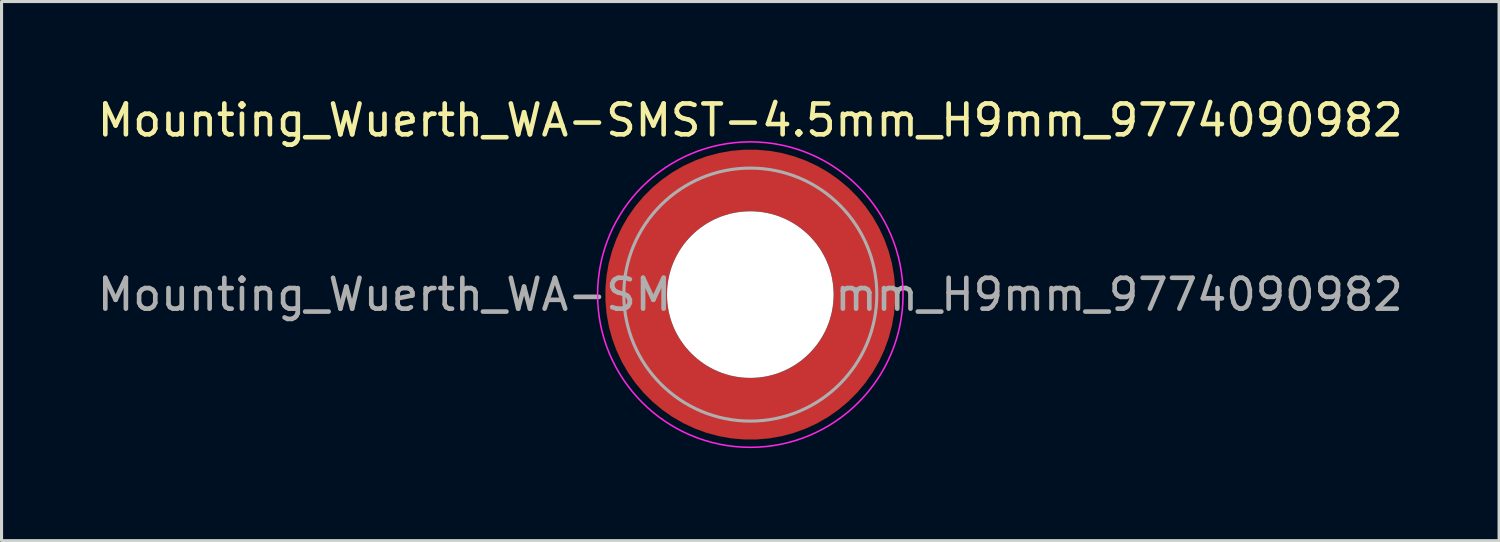
<source format=kicad_pcb>
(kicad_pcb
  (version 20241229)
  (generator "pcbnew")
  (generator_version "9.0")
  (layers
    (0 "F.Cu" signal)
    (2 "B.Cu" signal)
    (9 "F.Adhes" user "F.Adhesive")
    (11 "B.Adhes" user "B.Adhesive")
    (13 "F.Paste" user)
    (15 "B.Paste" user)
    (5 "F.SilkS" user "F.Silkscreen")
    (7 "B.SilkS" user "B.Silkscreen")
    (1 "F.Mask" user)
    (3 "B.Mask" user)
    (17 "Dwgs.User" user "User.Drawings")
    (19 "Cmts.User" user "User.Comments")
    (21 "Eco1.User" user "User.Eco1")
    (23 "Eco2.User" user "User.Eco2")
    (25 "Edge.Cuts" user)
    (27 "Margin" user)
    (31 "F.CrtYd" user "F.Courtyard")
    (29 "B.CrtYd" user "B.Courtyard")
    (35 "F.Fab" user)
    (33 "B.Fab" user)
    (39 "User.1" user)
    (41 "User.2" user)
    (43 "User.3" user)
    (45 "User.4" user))
  (footprint "Mounting_Wuerth_WA-SMST-4.5mm_H9mm_9774090982"
    (layer "F.Cu")
    (at 21.268 6.498)
    (property "Reference" "Mounting_Wuerth_WA-SMST-4.5mm_H9mm_9774090982" (at 0 -5.65 0) (layer "F.SilkS") (effects (font (size 1 1) (thickness 0.15))))
    (property "Mouser Part no." "" (at 0 0 0) (layer "F.Fab") (effects (font (size 1.27 1.27) (thickness 0.15))))
    (property "Mouser link" "" (at 0 0 0) (layer "F.Fab") (effects (font (size 1.27 1.27) (thickness 0.15))))
    (attr smd)
    (fp_circle (center 0 0) (end 4.95 0) (stroke (width 0.05) (type solid)) (fill no) (layer "F.CrtYd"))
    (fp_circle (center 0 0) (end 4.1 0) (stroke (width 0.1) (type solid)) (fill no) (layer "F.Fab"))
    (fp_text user "${REFERENCE}" (at 0 0 0) (layer "F.Fab") (effects (font (size 1 1) (thickness 0.15))))
    (pad "" smd custom (at -2.607 -2.607) (size 1.495 1.495) (layers "F.Paste") (options (anchor circle)) (primitives (gr_arc (start -0.188183 2.107456) (mid 0.598928 0.599619) (end 2.106494 -0.188011) (width 0.2)) (gr_arc (start -0.289416 2.107456) (mid 0.528508 0.529033) (end 2.106724 -0.28929) (width 0.2)) (gr_arc (start -0.390547 2.107456) (mid 0.457087 0.459449) (end 2.104161 -0.389996) (width 0.2)) (gr_arc (start -0.491585 2.107456) (mid 0.386415 0.389116) (end 2.103685 -0.490974) (width 0.2)) (gr_arc (start -0.59254 2.107456) (mid 0.31649 0.318035) (end 2.105297 -0.592202) (width 0.2)) (gr_arc (start -0.693419 2.107456) (mid 0.245252 0.248268) (end 2.103239 -0.692777) (width 0.2)) (gr_arc (start -0.794229 2.107456) (mid 0.174636 0.177878) (end 2.102921 -0.793559) (width 0.2)) (gr_arc (start -0.894975 2.107456) (mid 0.104643 0.106866) (end 2.104343 -0.894529) (width 0.2)) (gr_arc (start -0.995664 2.107456) (mid 0.033026 0.037479) (end 2.101219 -0.994793) (width 0.2)) (gr_arc (start -1.0963 2.107456) (mid -0.035789 -0.034714) (end 2.105949 -1.096096) (width 0.2)) (gr_arc (start -1.196886 2.107456) (mid -0.106351 -0.105157) (end 2.105783 -1.196666) (width 0.2)) (gr_arc (start -1.297427 2.107456) (mid -0.176416 -0.176097) (end 2.107009 -1.29737) (width 0.2)) (gr_arc (start -1.397927 2.107456) (mid -0.248476 -0.245042) (end 2.102638 -1.397323) (width 0.2)) (gr_arc (start -1.498388 2.107456) (mid -0.317612 -0.316913) (end 2.106475 -1.498268) (width 0.2)) (gr_arc (start -1.598813 2.107456) (mid -0.388865 -0.386665) (end 2.104366 -1.598444) (width 0.2)) (gr_arc (start -1.699204 2.107456) (mid -0.459747 -0.456787) (end 2.103299 -1.698719) (width 0.2)) (gr_arc (start -1.799565 2.107456) (mid -0.530257 -0.527283) (end 2.103277 -1.799089) (width 0.2)) (gr_arc (start -1.899896 2.107456) (mid -0.600396 -0.59815) (end 2.104299 -1.899545) (width 0.2)) (gr_arc (start -1.899896 2.107456) (mid -0.600396 -0.59815) (end 2.104299 -1.899545) (width 0.2)) (gr_line (start 2.107 -0.188) (end 2.107 -1.9) (width 0.2)) (gr_line (start -0.188 2.107) (end -1.9 2.107) (width 0.2))))
    (pad "" smd custom (at -2.607 2.607) (size 1.495 1.495) (layers "F.Paste") (options (anchor circle)) (primitives (gr_arc (start 2.107456 0.188183) (mid 0.599619 -0.598928) (end -0.188011 -2.106494) (width 0.2)) (gr_arc (start 2.107456 0.289416) (mid 0.529033 -0.528508) (end -0.28929 -2.106724) (width 0.2)) (gr_arc (start 2.107456 0.390547) (mid 0.459449 -0.457087) (end -0.389996 -2.104161) (width 0.2)) (gr_arc (start 2.107456 0.491585) (mid 0.389116 -0.386415) (end -0.490974 -2.103685) (width 0.2)) (gr_arc (start 2.107456 0.59254) (mid 0.318035 -0.31649) (end -0.592202 -2.105297) (width 0.2)) (gr_arc (start 2.107456 0.693419) (mid 0.248268 -0.245252) (end -0.692777 -2.103239) (width 0.2)) (gr_arc (start 2.107456 0.794229) (mid 0.177878 -0.174636) (end -0.793559 -2.102921) (width 0.2)) (gr_arc (start 2.107456 0.894975) (mid 0.106866 -0.104643) (end -0.894529 -2.104343) (width 0.2)) (gr_arc (start 2.107456 0.995664) (mid 0.037479 -0.033026) (end -0.994793 -2.101219) (width 0.2)) (gr_arc (start 2.107456 1.0963) (mid -0.034714 0.035789) (end -1.096096 -2.105949) (width 0.2)) (gr_arc (start 2.107456 1.196886) (mid -0.105157 0.106351) (end -1.196666 -2.105783) (width 0.2)) (gr_arc (start 2.107456 1.297427) (mid -0.176097 0.176416) (end -1.29737 -2.107009) (width 0.2)) (gr_arc (start 2.107456 1.397927) (mid -0.245042 0.248476) (end -1.397323 -2.102638) (width 0.2)) (gr_arc (start 2.107456 1.498388) (mid -0.316913 0.317612) (end -1.498268 -2.106475) (width 0.2)) (gr_arc (start 2.107456 1.598813) (mid -0.386665 0.388865) (end -1.598444 -2.104366) (width 0.2)) (gr_arc (start 2.107456 1.699204) (mid -0.456787 0.459747) (end -1.698719 -2.103299) (width 0.2)) (gr_arc (start 2.107456 1.799565) (mid -0.527283 0.530257) (end -1.799089 -2.103277) (width 0.2)) (gr_arc (start 2.107456 1.899896) (mid -0.59815 0.600396) (end -1.899545 -2.104299) (width 0.2)) (gr_arc (start 2.107456 1.899896) (mid -0.59815 0.600396) (end -1.899545 -2.104299) (width 0.2)) (gr_line (start -0.188 -2.107) (end -1.9 -2.107) (width 0.2)) (gr_line (start 2.107 0.188) (end 2.107 1.9) (width 0.2))))
    (pad "" np_thru_hole circle (at 0 0) (size 5.4 5.4) (drill 5.4) (layers "*.Cu" "*.Mask"))
    (pad "" smd custom (at 2.607 -2.607) (size 1.495 1.495) (layers "F.Paste") (options (anchor circle)) (primitives (gr_arc (start -2.107456 -0.188183) (mid -0.599619 0.598928) (end 0.188011 2.106494) (width 0.2)) (gr_arc (start -2.107456 -0.289416) (mid -0.529033 0.528508) (end 0.28929 2.106724) (width 0.2)) (gr_arc (start -2.107456 -0.390547) (mid -0.459449 0.457087) (end 0.389996 2.104161) (width 0.2)) (gr_arc (start -2.107456 -0.491585) (mid -0.389116 0.386415) (end 0.490974 2.103685) (width 0.2)) (gr_arc (start -2.107456 -0.59254) (mid -0.318035 0.31649) (end 0.592202 2.105297) (width 0.2)) (gr_arc (start -2.107456 -0.693419) (mid -0.248268 0.245252) (end 0.692777 2.103239) (width 0.2)) (gr_arc (start -2.107456 -0.794229) (mid -0.177878 0.174636) (end 0.793559 2.102921) (width 0.2)) (gr_arc (start -2.107456 -0.894975) (mid -0.106866 0.104643) (end 0.894529 2.104343) (width 0.2)) (gr_arc (start -2.107456 -0.995664) (mid -0.037479 0.033026) (end 0.994793 2.101219) (width 0.2)) (gr_arc (start -2.107456 -1.0963) (mid 0.034714 -0.035789) (end 1.096096 2.105949) (width 0.2)) (gr_arc (start -2.107456 -1.196886) (mid 0.105157 -0.106351) (end 1.196666 2.105783) (width 0.2)) (gr_arc (start -2.107456 -1.297427) (mid 0.176097 -0.176416) (end 1.29737 2.107009) (width 0.2)) (gr_arc (start -2.107456 -1.397927) (mid 0.245042 -0.248476) (end 1.397323 2.102638) (width 0.2)) (gr_arc (start -2.107456 -1.498388) (mid 0.316913 -0.317612) (end 1.498268 2.106475) (width 0.2)) (gr_arc (start -2.107456 -1.598813) (mid 0.386665 -0.388865) (end 1.598444 2.104366) (width 0.2)) (gr_arc (start -2.107456 -1.699204) (mid 0.456787 -0.459747) (end 1.698719 2.103299) (width 0.2)) (gr_arc (start -2.107456 -1.799565) (mid 0.527283 -0.530257) (end 1.799089 2.103277) (width 0.2)) (gr_arc (start -2.107456 -1.899896) (mid 0.59815 -0.600396) (end 1.899545 2.104299) (width 0.2)) (gr_arc (start -2.107456 -1.899896) (mid 0.59815 -0.600396) (end 1.899545 2.104299) (width 0.2)) (gr_line (start 0.188 2.107) (end 1.9 2.107) (width 0.2)) (gr_line (start -2.107 -0.188) (end -2.107 -1.9) (width 0.2))))
    (pad "" smd custom (at 2.607 2.607) (size 1.495 1.495) (layers "F.Paste") (options (anchor circle)) (primitives (gr_arc (start 0.188183 -2.107456) (mid -0.598928 -0.599619) (end -2.106494 0.188011) (width 0.2)) (gr_arc (start 0.289416 -2.107456) (mid -0.528508 -0.529033) (end -2.106724 0.28929) (width 0.2)) (gr_arc (start 0.390547 -2.107456) (mid -0.457087 -0.459449) (end -2.104161 0.389996) (width 0.2)) (gr_arc (start 0.491585 -2.107456) (mid -0.386415 -0.389116) (end -2.103685 0.490974) (width 0.2)) (gr_arc (start 0.59254 -2.107456) (mid -0.31649 -0.318035) (end -2.105297 0.592202) (width 0.2)) (gr_arc (start 0.693419 -2.107456) (mid -0.245252 -0.248268) (end -2.103239 0.692777) (width 0.2)) (gr_arc (start 0.794229 -2.107456) (mid -0.174636 -0.177878) (end -2.102921 0.793559) (width 0.2)) (gr_arc (start 0.894975 -2.107456) (mid -0.104643 -0.106866) (end -2.104343 0.894529) (width 0.2)) (gr_arc (start 0.995664 -2.107456) (mid -0.033026 -0.037479) (end -2.101219 0.994793) (width 0.2)) (gr_arc (start 1.0963 -2.107456) (mid 0.035789 0.034714) (end -2.105949 1.096096) (width 0.2)) (gr_arc (start 1.196886 -2.107456) (mid 0.106351 0.105157) (end -2.105783 1.196666) (width 0.2)) (gr_arc (start 1.297427 -2.107456) (mid 0.176416 0.176097) (end -2.107009 1.29737) (width 0.2)) (gr_arc (start 1.397927 -2.107456) (mid 0.248476 0.245042) (end -2.102638 1.397323) (width 0.2)) (gr_arc (start 1.498388 -2.107456) (mid 0.317612 0.316913) (end -2.106475 1.498268) (width 0.2)) (gr_arc (start 1.598813 -2.107456) (mid 0.388865 0.386665) (end -2.104366 1.598444) (width 0.2)) (gr_arc (start 1.699204 -2.107456) (mid 0.459747 0.456787) (end -2.103299 1.698719) (width 0.2)) (gr_arc (start 1.799565 -2.107456) (mid 0.530257 0.527283) (end -2.103277 1.799089) (width 0.2)) (gr_arc (start 1.899896 -2.107456) (mid 0.600396 0.59815) (end -2.104299 1.899545) (width 0.2)) (gr_arc (start 1.899896 -2.107456) (mid 0.600396 0.59815) (end -2.104299 1.899545) (width 0.2)) (gr_line (start -2.107 0.188) (end -2.107 1.9) (width 0.2)) (gr_line (start 0.188 -2.107) (end 1.9 -2.107) (width 0.2))))
    (pad "1" smd circle (at -3.7 0) (size 1.6 1.6) (layers "F.Cu"))
    (pad "1" smd circle (at 0 -3.7) (size 1.6 1.6) (layers "F.Cu"))
    (pad "1" smd circle (at 0 3.7) (size 1.6 1.6) (layers "F.Cu"))
    (pad "1" smd custom (at 3.7 0) (size 1.6 1.6) (layers "F.Cu" "F.Mask") (options (anchor circle)) (primitives (gr_circle (center -3.7 0) (end 0 0) (width 2) (fill no)))))
  (gr_rect
    (start -3 -3)
    (end 45.536 14.473)
    (stroke (width 0.1) (type default))
    (fill no)
    (layer "Edge.Cuts")))
</source>
